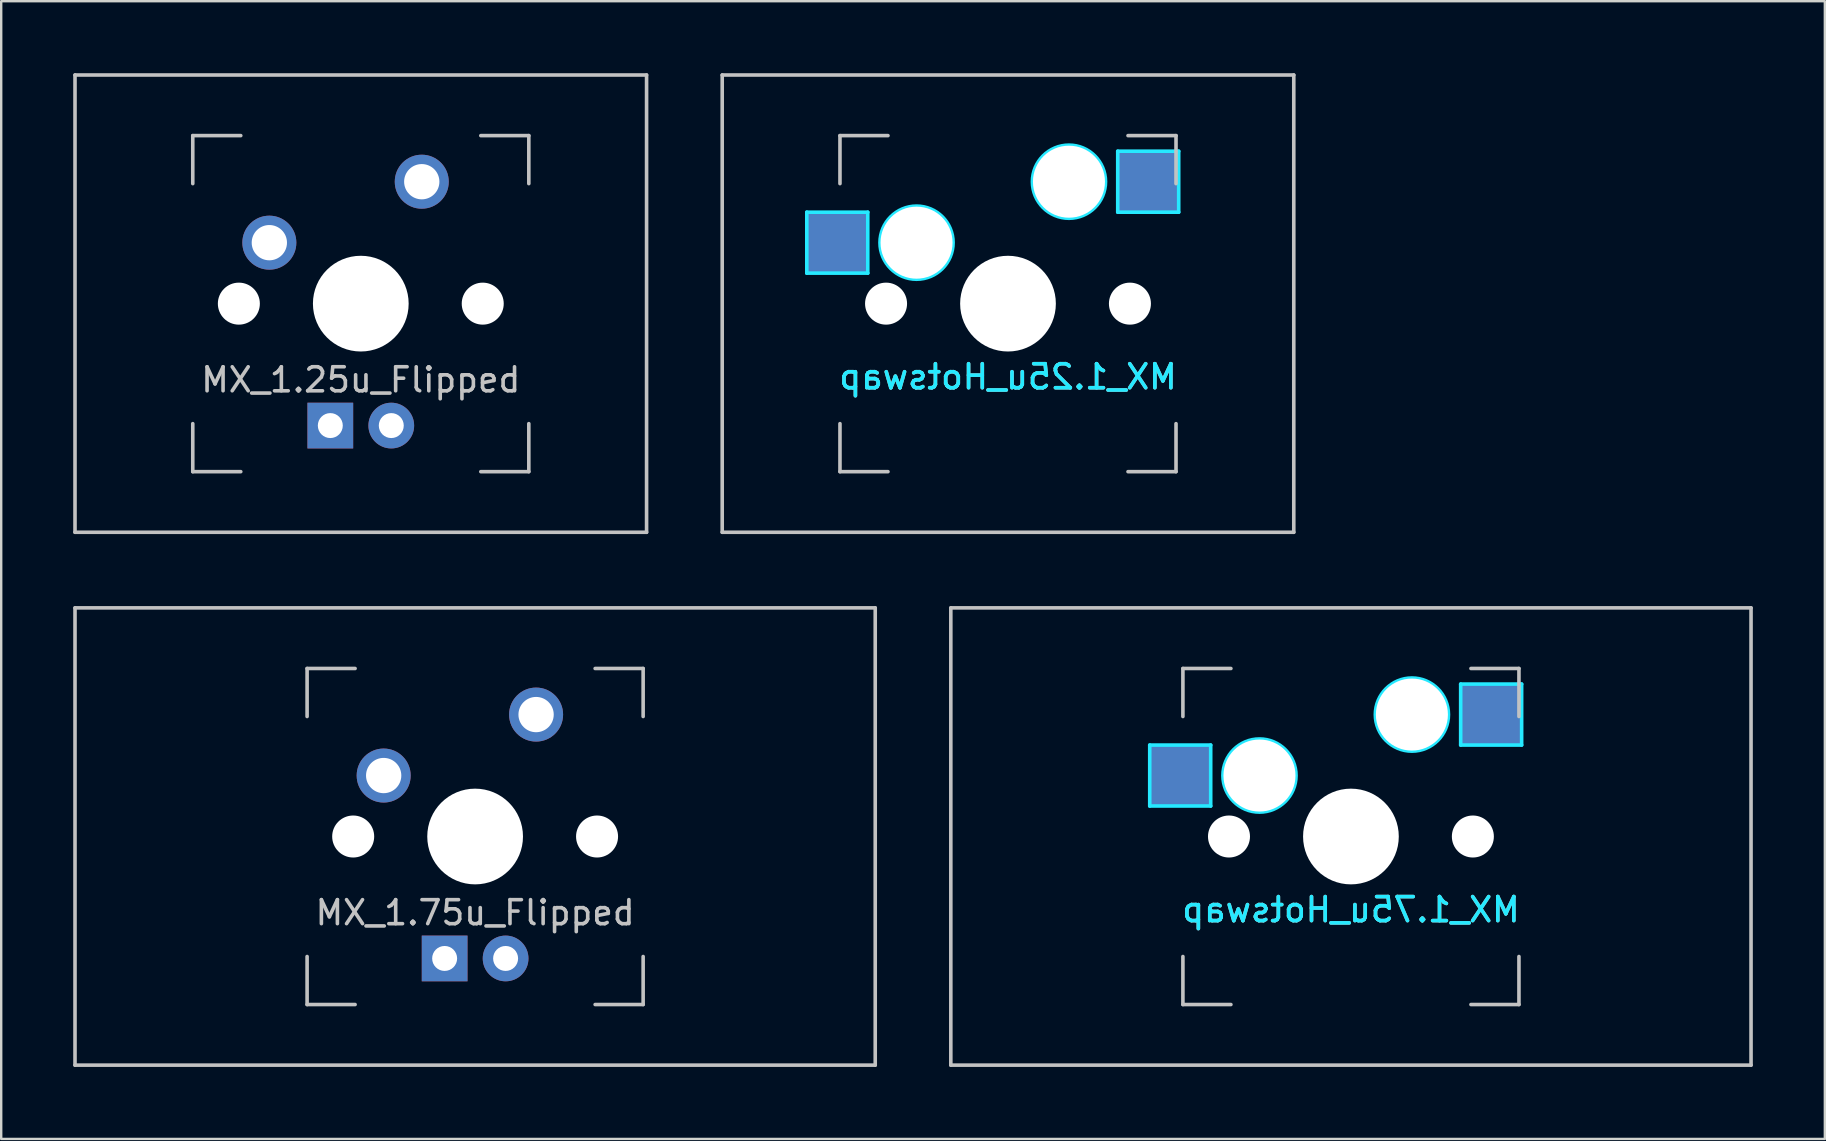
<source format=kicad_pcb>
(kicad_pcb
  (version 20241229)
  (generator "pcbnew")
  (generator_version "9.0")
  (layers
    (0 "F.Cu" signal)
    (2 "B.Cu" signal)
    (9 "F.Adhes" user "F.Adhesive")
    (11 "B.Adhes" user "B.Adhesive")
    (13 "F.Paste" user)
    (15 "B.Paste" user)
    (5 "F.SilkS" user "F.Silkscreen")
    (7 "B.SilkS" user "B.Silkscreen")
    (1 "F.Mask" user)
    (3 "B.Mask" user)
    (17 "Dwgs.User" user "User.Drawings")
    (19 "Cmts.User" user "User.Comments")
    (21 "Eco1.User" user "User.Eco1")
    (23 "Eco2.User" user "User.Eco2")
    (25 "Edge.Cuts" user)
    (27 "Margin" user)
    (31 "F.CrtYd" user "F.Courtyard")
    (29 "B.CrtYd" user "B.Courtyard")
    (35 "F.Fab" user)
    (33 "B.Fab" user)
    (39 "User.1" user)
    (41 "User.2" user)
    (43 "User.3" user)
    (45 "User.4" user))
  (footprint "MX_1.75u_Hotswap"
    (layer "F.Cu")
    (at 53.231 31.8)
    (property "Reference" "MX_1.75u_Hotswap" (at 0 3.048 0) (layer "B.CrtYd") (effects (font (size 1 1) (thickness 0.15)) (justify mirror)))
    (attr smd)
    (fp_line (start -16.669 -9.525) (end 16.669 -9.525) (stroke (width 0.15) (type solid)) (layer "Dwgs.User"))
    (fp_line (start -16.669 9.525) (end -16.669 -9.525) (stroke (width 0.15) (type solid)) (layer "Dwgs.User"))
    (fp_line (start -7 -7) (end -7 -5) (stroke (width 0.15) (type solid)) (layer "Dwgs.User"))
    (fp_line (start -7 5) (end -7 7) (stroke (width 0.15) (type solid)) (layer "Dwgs.User"))
    (fp_line (start -7 7) (end -5 7) (stroke (width 0.15) (type solid)) (layer "Dwgs.User"))
    (fp_line (start -5 -7) (end -7 -7) (stroke (width 0.15) (type solid)) (layer "Dwgs.User"))
    (fp_line (start 5 -7) (end 7 -7) (stroke (width 0.15) (type solid)) (layer "Dwgs.User"))
    (fp_line (start 5 7) (end 7 7) (stroke (width 0.15) (type solid)) (layer "Dwgs.User"))
    (fp_line (start 7 -7) (end 7 -5) (stroke (width 0.15) (type solid)) (layer "Dwgs.User"))
    (fp_line (start 7 7) (end 7 5) (stroke (width 0.15) (type solid)) (layer "Dwgs.User"))
    (fp_line (start 16.669 -9.525) (end 16.669 9.525) (stroke (width 0.15) (type solid)) (layer "Dwgs.User"))
    (fp_line (start 16.669 9.525) (end -16.669 9.525) (stroke (width 0.15) (type solid)) (layer "Dwgs.User"))
    (fp_line (start -8.382 -3.81) (end -5.842 -3.81) (stroke (width 0.15) (type solid)) (layer "B.CrtYd"))
    (fp_line (start -8.382 -1.27) (end -8.382 -3.81) (stroke (width 0.15) (type solid)) (layer "B.CrtYd"))
    (fp_line (start -5.842 -3.81) (end -5.842 -1.27) (stroke (width 0.15) (type solid)) (layer "B.CrtYd"))
    (fp_line (start -5.842 -1.27) (end -8.382 -1.27) (stroke (width 0.15) (type solid)) (layer "B.CrtYd"))
    (fp_line (start 4.572 -6.35) (end 7.112 -6.35) (stroke (width 0.15) (type solid)) (layer "B.CrtYd"))
    (fp_line (start 4.572 -3.81) (end 4.572 -6.35) (stroke (width 0.15) (type solid)) (layer "B.CrtYd"))
    (fp_line (start 7.112 -6.35) (end 7.112 -3.81) (stroke (width 0.15) (type solid)) (layer "B.CrtYd"))
    (fp_line (start 7.112 -3.81) (end 4.572 -3.81) (stroke (width 0.15) (type solid)) (layer "B.CrtYd"))
    (fp_circle (center -3.81 -2.54) (end -3.81 -4.064) (stroke (width 0.15) (type solid)) (fill no) (layer "B.CrtYd"))
    (fp_circle (center 2.54 -5.08) (end 2.54 -6.604) (stroke (width 0.15) (type solid)) (fill no) (layer "B.CrtYd"))
    (fp_text user "${REFERENCE}" (at 0 3.048 0) (layer "B.SilkS") (effects (font (size 1 1) (thickness 0.15)) (justify mirror)))
    (pad "" np_thru_hole circle (at -5.08 0 48.1) (size 1.75 1.75) (drill 1.75) (layers "*.Cu" "*.Mask"))
    (pad "" np_thru_hole circle (at -3.81 -2.54) (size 3 3) (drill 3) (layers "*.Cu" "*.Mask"))
    (pad "" np_thru_hole circle (at 0 0) (size 3.988 3.988) (drill 3.988) (layers "*.Cu" "*.Mask"))
    (pad "" np_thru_hole circle (at 2.54 -5.08) (size 3 3) (drill 3) (layers "*.Cu" "*.Mask"))
    (pad "" np_thru_hole circle (at 5.08 0 48.1) (size 1.75 1.75) (drill 1.75) (layers "*.Cu" "*.Mask"))
    (pad "1" smd rect (at -7.085 -2.54) (size 2.55 2.5) (layers "B.Cu" "B.Mask" "B.Paste"))
    (pad "2" smd rect (at 5.842 -5.08) (size 2.55 2.5) (layers "B.Cu" "B.Mask" "B.Paste")))
  (footprint "MX_1.25u_Flipped"
    (layer "F.Cu")
    (at 11.981 9.6)
    (property "Reference" "MX_1.25u_Flipped" (at 0 3.175 0) (layer "Dwgs.User") (effects (font (size 1 1) (thickness 0.15))))
    (attr through_hole)
    (fp_line (start -11.906 -9.525) (end 11.906 -9.525) (stroke (width 0.15) (type solid)) (layer "Dwgs.User"))
    (fp_line (start -11.906 9.525) (end -11.906 -9.525) (stroke (width 0.15) (type solid)) (layer "Dwgs.User"))
    (fp_line (start -11.906 9.525) (end 11.906 9.525) (stroke (width 0.15) (type solid)) (layer "Dwgs.User"))
    (fp_line (start -7 -7) (end -7 -5) (stroke (width 0.15) (type solid)) (layer "Dwgs.User"))
    (fp_line (start -7 5) (end -7 7) (stroke (width 0.15) (type solid)) (layer "Dwgs.User"))
    (fp_line (start -7 7) (end -5 7) (stroke (width 0.15) (type solid)) (layer "Dwgs.User"))
    (fp_line (start -5 -7) (end -7 -7) (stroke (width 0.15) (type solid)) (layer "Dwgs.User"))
    (fp_line (start 5 -7) (end 7 -7) (stroke (width 0.15) (type solid)) (layer "Dwgs.User"))
    (fp_line (start 5 7) (end 7 7) (stroke (width 0.15) (type solid)) (layer "Dwgs.User"))
    (fp_line (start 7 -7) (end 7 -5) (stroke (width 0.15) (type solid)) (layer "Dwgs.User"))
    (fp_line (start 7 7) (end 7 5) (stroke (width 0.15) (type solid)) (layer "Dwgs.User"))
    (fp_line (start 11.906 -9.525) (end 11.906 9.525) (stroke (width 0.15) (type solid)) (layer "Dwgs.User"))
    (pad "" np_thru_hole circle (at -5.08 0 48.1) (size 1.75 1.75) (drill 1.75) (layers "*.Cu" "*.Mask"))
    (pad "" np_thru_hole circle (at 0 0) (size 3.988 3.988) (drill 3.988) (layers "*.Cu" "*.Mask"))
    (pad "" np_thru_hole circle (at 5.08 0 48.1) (size 1.75 1.75) (drill 1.75) (layers "*.Cu" "*.Mask"))
    (pad "1" thru_hole circle (at -3.81 -2.54) (size 2.25 2.25) (drill 1.47) (layers "*.Cu" "B.Mask"))
    (pad "2" thru_hole circle (at 2.54 -5.08) (size 2.25 2.25) (drill 1.47) (layers "*.Cu" "B.Mask"))
    (pad "3" thru_hole circle (at 1.27 5.08) (size 1.905 1.905) (drill 1.04) (layers "*.Cu" "B.Mask"))
    (pad "4" thru_hole rect (at -1.27 5.08) (size 1.905 1.905) (drill 1.04) (layers "*.Cu" "B.Mask")))
  (footprint "MX_1.75u_Flipped"
    (layer "F.Cu")
    (at 16.744 31.8)
    (property "Reference" "MX_1.75u_Flipped" (at 0 3.175 0) (layer "Dwgs.User") (effects (font (size 1 1) (thickness 0.15))))
    (attr through_hole)
    (fp_line (start -16.669 -9.525) (end 16.669 -9.525) (stroke (width 0.15) (type solid)) (layer "Dwgs.User"))
    (fp_line (start -16.669 9.525) (end -16.669 -9.525) (stroke (width 0.15) (type solid)) (layer "Dwgs.User"))
    (fp_line (start -16.669 9.525) (end 16.669 9.525) (stroke (width 0.15) (type solid)) (layer "Dwgs.User"))
    (fp_line (start -7 -7) (end -7 -5) (stroke (width 0.15) (type solid)) (layer "Dwgs.User"))
    (fp_line (start -7 5) (end -7 7) (stroke (width 0.15) (type solid)) (layer "Dwgs.User"))
    (fp_line (start -7 7) (end -5 7) (stroke (width 0.15) (type solid)) (layer "Dwgs.User"))
    (fp_line (start -5 -7) (end -7 -7) (stroke (width 0.15) (type solid)) (layer "Dwgs.User"))
    (fp_line (start 5 -7) (end 7 -7) (stroke (width 0.15) (type solid)) (layer "Dwgs.User"))
    (fp_line (start 5 7) (end 7 7) (stroke (width 0.15) (type solid)) (layer "Dwgs.User"))
    (fp_line (start 7 -7) (end 7 -5) (stroke (width 0.15) (type solid)) (layer "Dwgs.User"))
    (fp_line (start 7 7) (end 7 5) (stroke (width 0.15) (type solid)) (layer "Dwgs.User"))
    (fp_line (start 16.669 -9.525) (end 16.669 9.525) (stroke (width 0.15) (type solid)) (layer "Dwgs.User"))
    (pad "" np_thru_hole circle (at -5.08 0 48.1) (size 1.75 1.75) (drill 1.75) (layers "*.Cu" "*.Mask"))
    (pad "" np_thru_hole circle (at 0 0) (size 3.988 3.988) (drill 3.988) (layers "*.Cu" "*.Mask"))
    (pad "" np_thru_hole circle (at 5.08 0 48.1) (size 1.75 1.75) (drill 1.75) (layers "*.Cu" "*.Mask"))
    (pad "1" thru_hole circle (at -3.81 -2.54) (size 2.25 2.25) (drill 1.47) (layers "*.Cu" "B.Mask"))
    (pad "2" thru_hole circle (at 2.54 -5.08) (size 2.25 2.25) (drill 1.47) (layers "*.Cu" "B.Mask"))
    (pad "3" thru_hole circle (at 1.27 5.08) (size 1.905 1.905) (drill 1.04) (layers "*.Cu" "B.Mask"))
    (pad "4" thru_hole rect (at -1.27 5.08) (size 1.905 1.905) (drill 1.04) (layers "*.Cu" "B.Mask")))
  (footprint "MX_1.25u_Hotswap"
    (layer "F.Cu")
    (at 38.944 9.6)
    (property "Reference" "MX_1.25u_Hotswap" (at 0 3.048 0) (layer "B.CrtYd") (effects (font (size 1 1) (thickness 0.15)) (justify mirror)))
    (attr smd)
    (fp_line (start -11.906 -9.525) (end 11.906 -9.525) (stroke (width 0.15) (type solid)) (layer "Dwgs.User"))
    (fp_line (start -11.906 9.525) (end -11.906 -9.525) (stroke (width 0.15) (type solid)) (layer "Dwgs.User"))
    (fp_line (start -7 -7) (end -7 -5) (stroke (width 0.15) (type solid)) (layer "Dwgs.User"))
    (fp_line (start -7 5) (end -7 7) (stroke (width 0.15) (type solid)) (layer "Dwgs.User"))
    (fp_line (start -7 7) (end -5 7) (stroke (width 0.15) (type solid)) (layer "Dwgs.User"))
    (fp_line (start -5 -7) (end -7 -7) (stroke (width 0.15) (type solid)) (layer "Dwgs.User"))
    (fp_line (start 5 -7) (end 7 -7) (stroke (width 0.15) (type solid)) (layer "Dwgs.User"))
    (fp_line (start 5 7) (end 7 7) (stroke (width 0.15) (type solid)) (layer "Dwgs.User"))
    (fp_line (start 7 -7) (end 7 -5) (stroke (width 0.15) (type solid)) (layer "Dwgs.User"))
    (fp_line (start 7 7) (end 7 5) (stroke (width 0.15) (type solid)) (layer "Dwgs.User"))
    (fp_line (start 11.906 -9.525) (end 11.906 9.525) (stroke (width 0.15) (type solid)) (layer "Dwgs.User"))
    (fp_line (start 11.906 9.525) (end -11.906 9.525) (stroke (width 0.15) (type solid)) (layer "Dwgs.User"))
    (fp_line (start -8.382 -3.81) (end -5.842 -3.81) (stroke (width 0.15) (type solid)) (layer "B.CrtYd"))
    (fp_line (start -8.382 -1.27) (end -8.382 -3.81) (stroke (width 0.15) (type solid)) (layer "B.CrtYd"))
    (fp_line (start -5.842 -3.81) (end -5.842 -1.27) (stroke (width 0.15) (type solid)) (layer "B.CrtYd"))
    (fp_line (start -5.842 -1.27) (end -8.382 -1.27) (stroke (width 0.15) (type solid)) (layer "B.CrtYd"))
    (fp_line (start 4.572 -6.35) (end 7.112 -6.35) (stroke (width 0.15) (type solid)) (layer "B.CrtYd"))
    (fp_line (start 4.572 -3.81) (end 4.572 -6.35) (stroke (width 0.15) (type solid)) (layer "B.CrtYd"))
    (fp_line (start 7.112 -6.35) (end 7.112 -3.81) (stroke (width 0.15) (type solid)) (layer "B.CrtYd"))
    (fp_line (start 7.112 -3.81) (end 4.572 -3.81) (stroke (width 0.15) (type solid)) (layer "B.CrtYd"))
    (fp_circle (center -3.81 -2.54) (end -3.81 -4.064) (stroke (width 0.15) (type solid)) (fill no) (layer "B.CrtYd"))
    (fp_circle (center 2.54 -5.08) (end 2.54 -6.604) (stroke (width 0.15) (type solid)) (fill no) (layer "B.CrtYd"))
    (fp_text user "${REFERENCE}" (at 0 3.048 0) (layer "B.SilkS") (effects (font (size 1 1) (thickness 0.15)) (justify mirror)))
    (pad "" np_thru_hole circle (at -5.08 0 48.1) (size 1.75 1.75) (drill 1.75) (layers "*.Cu" "*.Mask"))
    (pad "" np_thru_hole circle (at -3.81 -2.54) (size 3 3) (drill 3) (layers "*.Cu" "*.Mask"))
    (pad "" np_thru_hole circle (at 0 0) (size 3.988 3.988) (drill 3.988) (layers "*.Cu" "*.Mask"))
    (pad "" np_thru_hole circle (at 2.54 -5.08) (size 3 3) (drill 3) (layers "*.Cu" "*.Mask"))
    (pad "" np_thru_hole circle (at 5.08 0 48.1) (size 1.75 1.75) (drill 1.75) (layers "*.Cu" "*.Mask"))
    (pad "1" smd rect (at -7.085 -2.54) (size 2.55 2.5) (layers "B.Cu" "B.Mask" "B.Paste"))
    (pad "2" smd rect (at 5.842 -5.08) (size 2.55 2.5) (layers "B.Cu" "B.Mask" "B.Paste")))
  (gr_rect
    (start -3 -3)
    (end 72.975 44.4)
    (stroke (width 0.1) (type default))
    (fill no)
    (layer "Edge.Cuts")))
</source>
